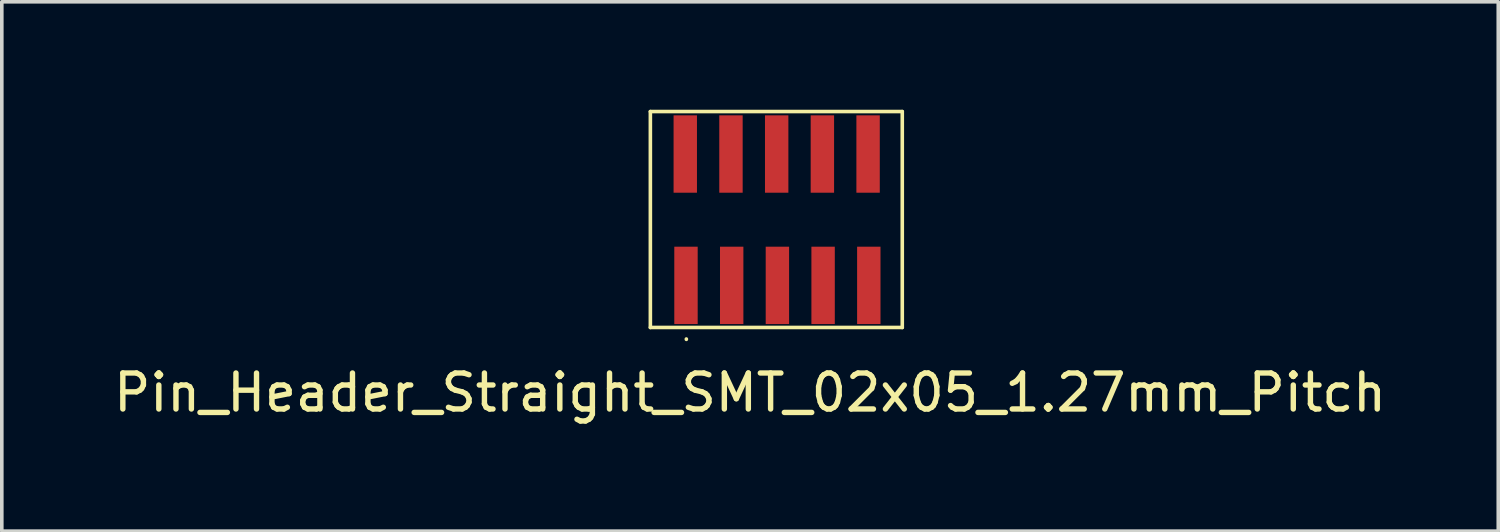
<source format=kicad_pcb>
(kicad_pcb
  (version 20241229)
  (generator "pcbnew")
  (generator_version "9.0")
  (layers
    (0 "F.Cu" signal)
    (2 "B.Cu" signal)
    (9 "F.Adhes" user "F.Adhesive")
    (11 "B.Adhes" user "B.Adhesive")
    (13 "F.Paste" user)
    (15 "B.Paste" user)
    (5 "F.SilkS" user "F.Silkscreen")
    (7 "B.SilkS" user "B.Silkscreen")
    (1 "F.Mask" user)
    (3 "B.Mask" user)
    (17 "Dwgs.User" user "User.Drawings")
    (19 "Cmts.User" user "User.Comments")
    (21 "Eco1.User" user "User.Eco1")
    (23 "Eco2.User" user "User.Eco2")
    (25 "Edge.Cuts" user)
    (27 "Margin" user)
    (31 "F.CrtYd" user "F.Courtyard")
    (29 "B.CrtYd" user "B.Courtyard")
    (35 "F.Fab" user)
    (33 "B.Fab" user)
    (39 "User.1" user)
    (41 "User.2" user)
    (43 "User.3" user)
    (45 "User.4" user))
  (footprint "Pin_Header_Straight_SMT_02x05_1.27mm_Pitch"
    (layer "F.Cu")
    (at 15.992 2.37)
    (property "Reference" "Pin_Header_Straight_SMT_02x05_1.27mm_Pitch" (at 1.8 5.49 0) (layer "F.SilkS") (effects (font (size 1 1) (thickness 0.15))))
    (attr smd)
    (fp_line (start -0.97 -2.32) (end -0.97 3.68) (stroke (width 0.1) (type solid)) (layer "F.SilkS"))
    (fp_line (start -0.97 3.68) (end 6.03 3.68) (stroke (width 0.1) (type solid)) (layer "F.SilkS"))
    (fp_line (start 0.03 4) (end 0.03 4.01) (stroke (width 0.1) (type solid)) (layer "F.SilkS"))
    (fp_line (start 6.03 -2.32) (end -0.97 -2.32) (stroke (width 0.1) (type solid)) (layer "F.SilkS"))
    (fp_line (start 6.03 3.68) (end 6.03 -2.32) (stroke (width 0.1) (type solid)) (layer "F.SilkS"))
    (pad "1" smd rect (at 0.02 2.51) (size 0.65 2.15) (layers "F.Cu" "F.Mask" "F.Paste"))
    (pad "2" smd rect (at 0 -1.14) (size 0.65 2.15) (layers "F.Cu" "F.Mask" "F.Paste"))
    (pad "3" smd rect (at 1.29 2.51) (size 0.65 2.15) (layers "F.Cu" "F.Mask" "F.Paste"))
    (pad "4" smd rect (at 1.27 -1.14) (size 0.65 2.15) (layers "F.Cu" "F.Mask" "F.Paste"))
    (pad "5" smd rect (at 2.56 2.51) (size 0.65 2.15) (layers "F.Cu" "F.Mask" "F.Paste"))
    (pad "6" smd rect (at 2.54 -1.14) (size 0.65 2.15) (layers "F.Cu" "F.Mask" "F.Paste"))
    (pad "7" smd rect (at 3.83 2.51) (size 0.65 2.15) (layers "F.Cu" "F.Mask" "F.Paste"))
    (pad "8" smd rect (at 3.81 -1.14) (size 0.65 2.15) (layers "F.Cu" "F.Mask" "F.Paste"))
    (pad "9" smd rect (at 5.1 2.51) (size 0.65 2.15) (layers "F.Cu" "F.Mask" "F.Paste"))
    (pad "10" smd rect (at 5.08 -1.14) (size 0.65 2.15) (layers "F.Cu" "F.Mask" "F.Paste")))
  (gr_rect
    (start -3 -3)
    (end 38.583 11.708)
    (stroke (width 0.1) (type default))
    (fill no)
    (layer "Edge.Cuts")))
</source>
